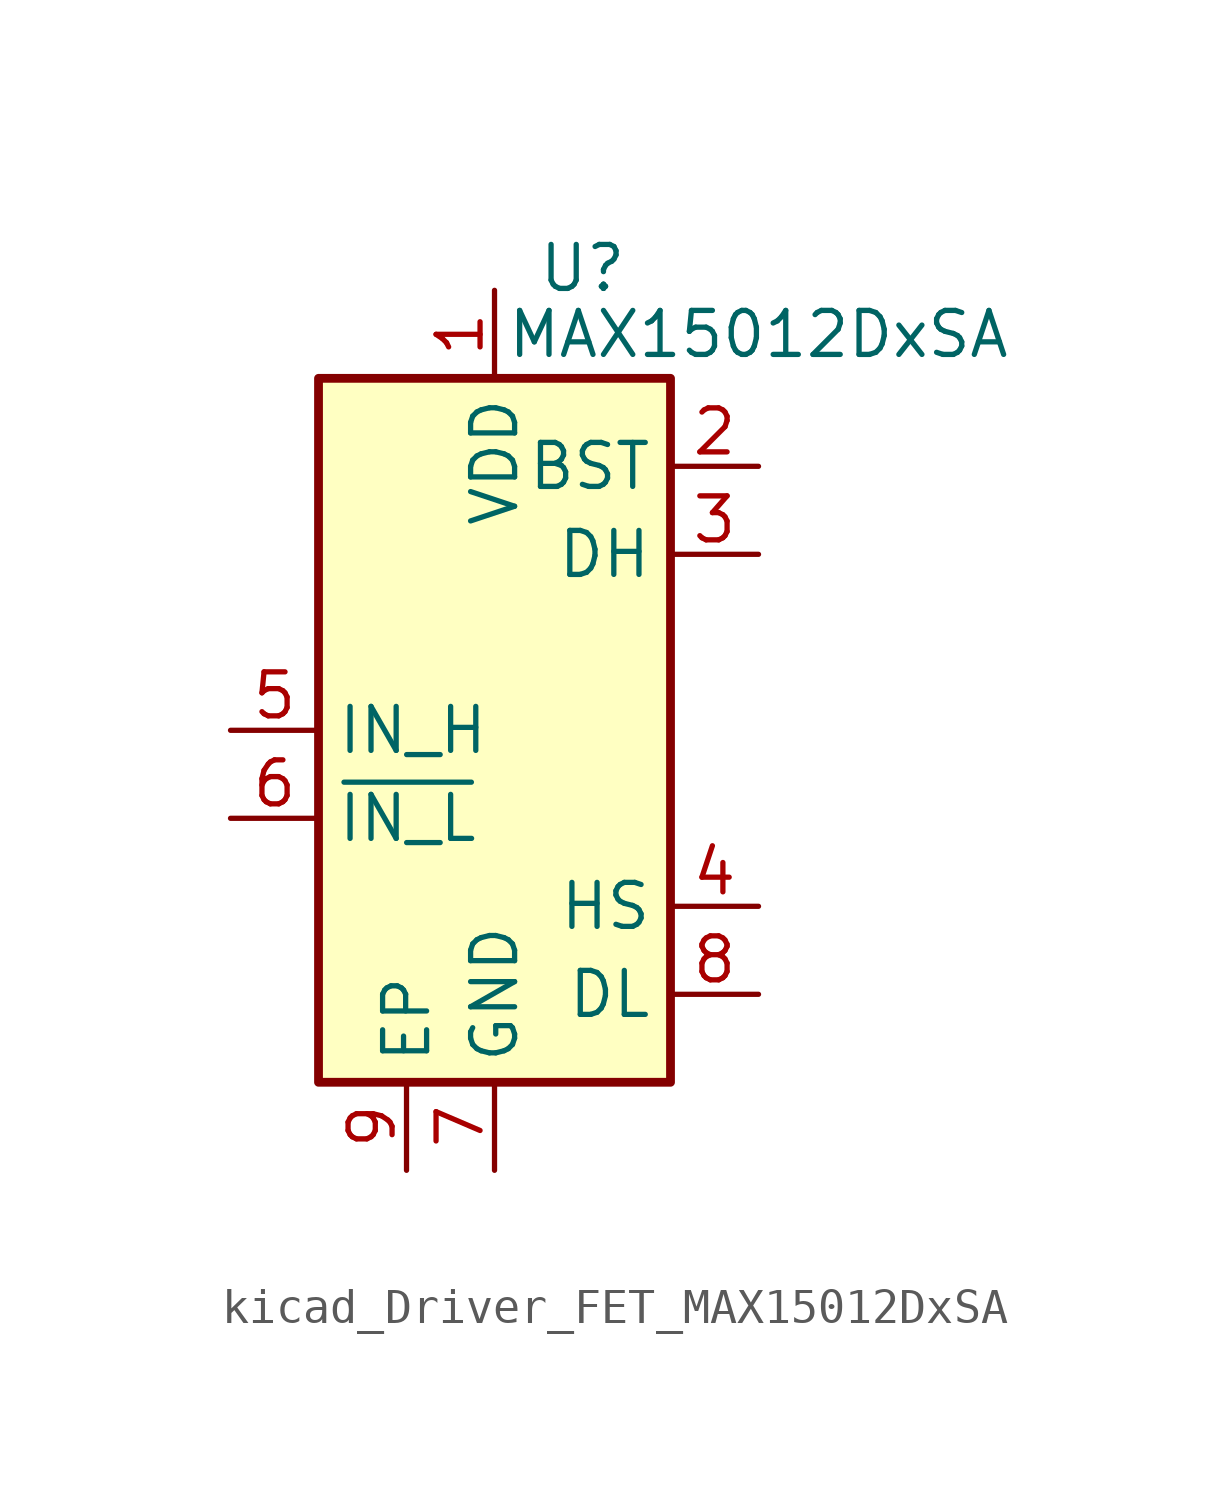
<source format=kicad_sym>
(kicad_symbol_lib
  (version 20220914)
  (generator kicad_symbol_editor)
  (symbol "kicad_Driver_FET_MAX15012DxSA"
    (property "Reference" "U"
      (at 2.54 13.335 0)
      (effects (font (size 1.27 1.27))))
    (property "Value" "MAX15012DxSA"
      (at 7.62 11.43 0)
      (effects (font (size 1.27 1.27))))
    (symbol "kicad_Driver_FET_MAX15012DxSA_0_1"
      (rectangle (start -5.08 -10.16) (end 5.08 10.16) (stroke (width 0.254) (type default)) (fill (type background))))
    (symbol "kicad_Driver_FET_MAX15012DxSA_1_1"
      (pin power_in line (at 0 12.7 270) (length 2.54) (name "VDD" (effects (font (size 1.27 1.27)))) (number "1" (effects (font (size 1.27 1.27)))))
      (pin power_in line (at 7.62 7.62 180) (length 2.54) (name "BST" (effects (font (size 1.27 1.27)))) (number "2" (effects (font (size 1.27 1.27)))))
      (pin output line (at 7.62 5.08 180) (length 2.54) (name "DH" (effects (font (size 1.27 1.27)))) (number "3" (effects (font (size 1.27 1.27)))))
      (pin passive line (at 7.62 -5.08 180) (length 2.54) (name "HS" (effects (font (size 1.27 1.27)))) (number "4" (effects (font (size 1.27 1.27)))))
      (pin input line (at -7.62 0 0) (length 2.54) (name "IN_H" (effects (font (size 1.27 1.27)))) (number "5" (effects (font (size 1.27 1.27)))))
      (pin input line (at -7.62 -2.54 0) (length 2.54) (name "~{IN_L}" (effects (font (size 1.27 1.27)))) (number "6" (effects (font (size 1.27 1.27)))))
      (pin power_in line (at 0 -12.7 90) (length 2.54) (name "GND" (effects (font (size 1.27 1.27)))) (number "7" (effects (font (size 1.27 1.27)))))
      (pin output line (at 7.62 -7.62 180) (length 2.54) (name "DL" (effects (font (size 1.27 1.27)))) (number "8" (effects (font (size 1.27 1.27)))))
      (pin output line (at -2.54 -12.7 90) (length 2.54) (name "EP" (effects (font (size 1.27 1.27)))) (number "9" (effects (font (size 1.27 1.27))))))))
</source>
